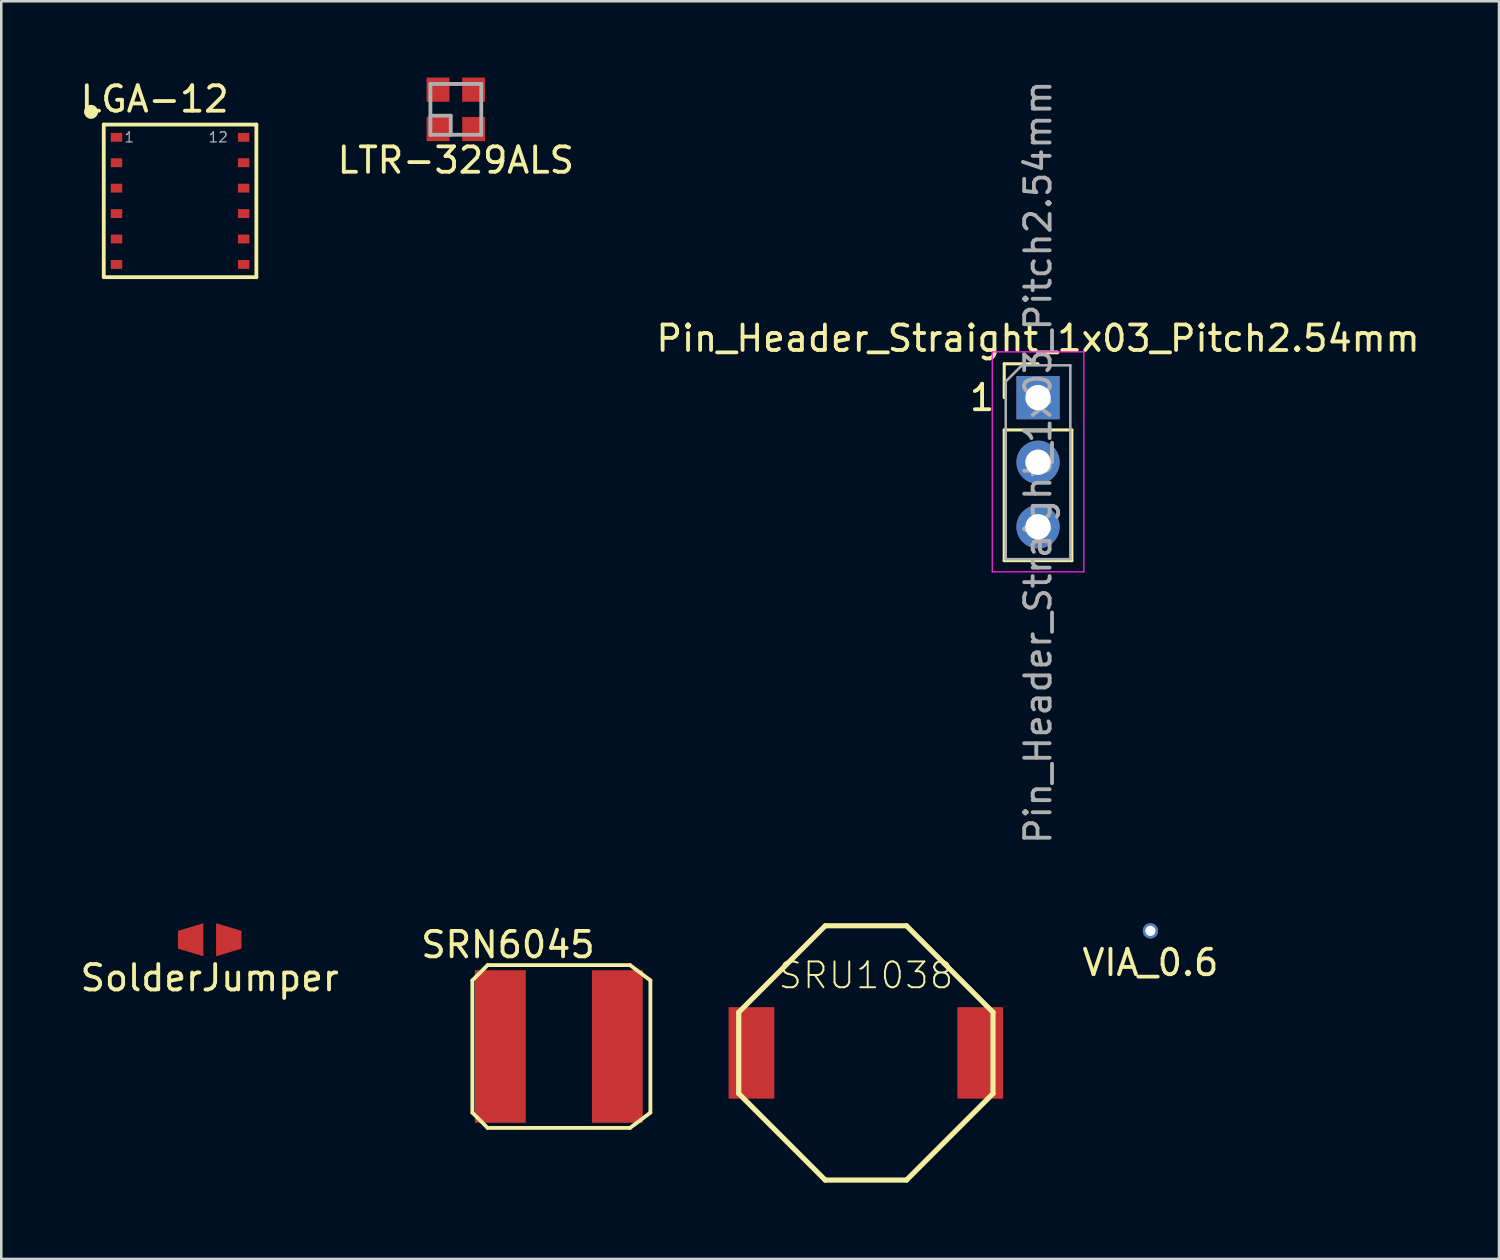
<source format=kicad_pcb>
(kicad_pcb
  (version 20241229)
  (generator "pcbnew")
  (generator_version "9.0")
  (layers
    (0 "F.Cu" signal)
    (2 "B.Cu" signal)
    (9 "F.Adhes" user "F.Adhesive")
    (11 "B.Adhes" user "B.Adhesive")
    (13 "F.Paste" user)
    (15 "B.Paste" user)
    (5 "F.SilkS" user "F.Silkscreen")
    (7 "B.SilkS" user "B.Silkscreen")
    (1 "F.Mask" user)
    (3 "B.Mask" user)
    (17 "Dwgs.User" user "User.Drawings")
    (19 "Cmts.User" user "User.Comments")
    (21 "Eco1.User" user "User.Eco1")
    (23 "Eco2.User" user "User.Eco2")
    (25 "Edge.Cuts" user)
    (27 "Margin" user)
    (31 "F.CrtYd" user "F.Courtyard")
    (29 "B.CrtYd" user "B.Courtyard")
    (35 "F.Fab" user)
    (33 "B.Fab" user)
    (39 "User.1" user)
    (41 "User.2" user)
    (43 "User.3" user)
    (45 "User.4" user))
  (footprint "LGA-12"
    (layer "F.Cu")
    (at 1.53 2.348)
    (property "Reference" "LGA-12" (at 1.5 -1.5 0) (layer "F.SilkS") (effects (font (size 1 1) (thickness 0.15))))
    (attr through_hole)
    (fp_line (start -0.5 -0.5) (end -0.5 5.5) (stroke (width 0.15) (type solid)) (layer "F.SilkS"))
    (fp_line (start -0.5 5.5) (end 5.5 5.5) (stroke (width 0.15) (type solid)) (layer "F.SilkS"))
    (fp_line (start 5.5 -0.5) (end -0.5 -0.5) (stroke (width 0.15) (type solid)) (layer "F.SilkS"))
    (fp_line (start 5.5 5.5) (end 5.5 -0.5) (stroke (width 0.15) (type solid)) (layer "F.SilkS"))
    (fp_circle (center -1 -1) (end -0.85 -1) (stroke (width 0.25) (type solid)) (fill no) (layer "F.SilkS"))
    (fp_text user "12" (at 4 0 0) (layer "F.Fab") (effects (font (size 0.4 0.4) (thickness 0.05))))
    (fp_text user "1" (at 0.5 0 0) (layer "F.Fab") (effects (font (size 0.4 0.4) (thickness 0.05))))
    (pad "1" smd rect (at 0 0) (size 0.45 0.35) (layers "F.Cu" "F.Mask" "F.Paste"))
    (pad "2" smd rect (at 0 1) (size 0.45 0.35) (layers "F.Cu" "F.Mask" "F.Paste"))
    (pad "3" smd rect (at 0 2) (size 0.45 0.35) (layers "F.Cu" "F.Mask" "F.Paste"))
    (pad "4" smd rect (at 0 3) (size 0.45 0.35) (layers "F.Cu" "F.Mask" "F.Paste"))
    (pad "5" smd rect (at 0 4) (size 0.45 0.35) (layers "F.Cu" "F.Mask" "F.Paste"))
    (pad "6" smd rect (at 0 5) (size 0.45 0.35) (layers "F.Cu" "F.Mask" "F.Paste"))
    (pad "7" smd rect (at 5 5) (size 0.45 0.35) (layers "F.Cu" "F.Mask" "F.Paste"))
    (pad "8" smd rect (at 5 4) (size 0.45 0.35) (layers "F.Cu" "F.Mask" "F.Paste"))
    (pad "9" smd rect (at 5 3) (size 0.45 0.35) (layers "F.Cu" "F.Mask" "F.Paste"))
    (pad "10" smd rect (at 5 2) (size 0.45 0.35) (layers "F.Cu" "F.Mask" "F.Paste"))
    (pad "11" smd rect (at 5 1) (size 0.45 0.35) (layers "F.Cu" "F.Mask" "F.Paste"))
    (pad "12" smd rect (at 5 0) (size 0.45 0.35) (layers "F.Cu" "F.Mask" "F.Paste")))
  (footprint "Pin_Header_Straight_1x03_Pitch2.54mm"
    (layer "F.Cu")
    (at 37.765 12.585)
    (property "Reference" "Pin_Header_Straight_1x03_Pitch2.54mm" (at 0 -2.33 0) (layer "F.SilkS") (effects (font (size 1 1) (thickness 0.15))))
    (attr through_hole)
    (fp_line (start -1.33 -1.33) (end 0 -1.33) (stroke (width 0.12) (type solid)) (layer "F.SilkS"))
    (fp_line (start -1.33 0) (end -1.33 -1.33) (stroke (width 0.12) (type solid)) (layer "F.SilkS"))
    (fp_line (start -1.33 1.27) (end -1.33 6.41) (stroke (width 0.12) (type solid)) (layer "F.SilkS"))
    (fp_line (start -1.33 1.27) (end 1.33 1.27) (stroke (width 0.12) (type solid)) (layer "F.SilkS"))
    (fp_line (start -1.33 6.41) (end 1.33 6.41) (stroke (width 0.12) (type solid)) (layer "F.SilkS"))
    (fp_line (start 1.33 1.27) (end 1.33 6.41) (stroke (width 0.12) (type solid)) (layer "F.SilkS"))
    (fp_line (start -1.8 -1.8) (end -1.8 6.85) (stroke (width 0.05) (type solid)) (layer "F.CrtYd"))
    (fp_line (start -1.8 6.85) (end 1.8 6.85) (stroke (width 0.05) (type solid)) (layer "F.CrtYd"))
    (fp_line (start 1.8 -1.8) (end -1.8 -1.8) (stroke (width 0.05) (type solid)) (layer "F.CrtYd"))
    (fp_line (start 1.8 6.85) (end 1.8 -1.8) (stroke (width 0.05) (type solid)) (layer "F.CrtYd"))
    (fp_line (start -1.27 -0.635) (end -0.635 -1.27) (stroke (width 0.1) (type solid)) (layer "F.Fab"))
    (fp_line (start -1.27 6.35) (end -1.27 -0.635) (stroke (width 0.1) (type solid)) (layer "F.Fab"))
    (fp_line (start -0.635 -1.27) (end 1.27 -1.27) (stroke (width 0.1) (type solid)) (layer "F.Fab"))
    (fp_line (start 1.27 -1.27) (end 1.27 6.35) (stroke (width 0.1) (type solid)) (layer "F.Fab"))
    (fp_line (start 1.27 6.35) (end -1.27 6.35) (stroke (width 0.1) (type solid)) (layer "F.Fab"))
    (fp_text user "1" (at -2.2 0 0) (layer "F.SilkS") (effects (font (size 1 1) (thickness 0.15))))
    (fp_text user "${REFERENCE}" (at 0 2.54 90) (layer "F.Fab") (effects (font (size 1 1) (thickness 0.15))))
    (pad "1" thru_hole rect (at 0 0) (size 1.7 1.7) (drill 1) (layers "*.Cu" "*.Mask"))
    (pad "2" thru_hole oval (at 0 2.54) (size 1.7 1.7) (drill 1) (layers "*.Cu" "*.Mask"))
    (pad "3" thru_hole oval (at 0 5.08) (size 1.7 1.7) (drill 1) (layers "*.Cu" "*.Mask")))
  (footprint "SolderJumper"
    (layer "F.Cu")
    (at 5.196 33.9)
    (property "Reference" "SolderJumper" (at 0 1.5 0) (layer "F.SilkS") (effects (font (size 1 1) (thickness 0.15))))
    (attr through_hole)
    (pad "1" smd trapezoid (at -0.75 0 90) (size 1 1) (rect_delta 0 0.3) (layers "F.Cu" "F.Mask" "F.Paste"))
    (pad "2" smd trapezoid (at 0.75 0 270) (size 1 1) (rect_delta 0 0.3) (layers "F.Cu" "F.Mask" "F.Paste")))
  (footprint "SRU1038"
    (layer "F.Cu")
    (at 30.995 38.35)
    (property "Reference" "SRU1038" (at 0 -3.048 0) (layer "F.SilkS") (effects (font (size 1.016 1.016) (thickness 0.076))))
    (attr smd)
    (fp_line (start -4.999 -1.598) (end -1.598 -4.999) (stroke (width 0.203) (type solid)) (layer "F.SilkS"))
    (fp_line (start -4.999 1.598) (end -4.999 -1.598) (stroke (width 0.203) (type solid)) (layer "F.SilkS"))
    (fp_line (start -1.598 -4.999) (end 1.598 -4.999) (stroke (width 0.203) (type solid)) (layer "F.SilkS"))
    (fp_line (start -1.598 4.999) (end -4.999 1.598) (stroke (width 0.203) (type solid)) (layer "F.SilkS"))
    (fp_line (start 1.598 -4.999) (end 4.999 -1.598) (stroke (width 0.203) (type solid)) (layer "F.SilkS"))
    (fp_line (start 1.598 4.999) (end -1.598 4.999) (stroke (width 0.203) (type solid)) (layer "F.SilkS"))
    (fp_line (start 4.999 -1.598) (end 4.999 1.598) (stroke (width 0.203) (type solid)) (layer "F.SilkS"))
    (fp_line (start 4.999 1.598) (end 1.598 4.999) (stroke (width 0.203) (type solid)) (layer "F.SilkS"))
    (pad "1" smd rect (at -4.498 0) (size 1.798 3.599) (layers "F.Cu" "F.Mask" "F.Paste"))
    (pad "2" smd rect (at 4.498 0) (size 1.798 3.599) (layers "F.Cu" "F.Mask" "F.Paste")))
  (footprint "LTR-329ALS"
    (layer "F.Cu")
    (at 14.873 1.25)
    (property "Reference" "LTR-329ALS" (at 0 2 0) (layer "F.SilkS") (effects (font (size 1 1) (thickness 0.15))))
    (attr smd)
    (fp_line (start -1 -1) (end 1 -1) (stroke (width 0.15) (type solid)) (layer "F.Fab"))
    (fp_line (start -1 0.25) (end -0.2 0.25) (stroke (width 0.15) (type solid)) (layer "F.Fab"))
    (fp_line (start -1 1) (end -1 -1) (stroke (width 0.15) (type solid)) (layer "F.Fab"))
    (fp_line (start -0.2 0.25) (end -0.2 1) (stroke (width 0.15) (type solid)) (layer "F.Fab"))
    (fp_line (start 1 -1) (end 1 1) (stroke (width 0.15) (type solid)) (layer "F.Fab"))
    (fp_line (start 1 1) (end -1 1) (stroke (width 0.15) (type solid)) (layer "F.Fab"))
    (pad "1" smd rect (at -0.7 0.775) (size 0.9 0.95) (layers "F.Cu" "F.Mask" "F.Paste"))
    (pad "2" smd rect (at 0.7 0.775) (size 0.9 0.95) (layers "F.Cu" "F.Mask" "F.Paste"))
    (pad "3" smd rect (at 0.7 -0.775) (size 0.9 0.95) (layers "F.Cu" "F.Mask" "F.Paste"))
    (pad "4" smd rect (at -0.7 -0.775) (size 0.9 0.95) (layers "F.Cu" "F.Mask" "F.Paste")))
  (footprint "VIA_0.6"
    (layer "F.Cu")
    (at 42.184 33.55)
    (property "Reference" "VIA_0.6" (at 0 1.25 0) (layer "F.SilkS") (effects (font (size 1 1) (thickness 0.15))))
    (attr through_hole)
    (pad "1" thru_hole circle (at 0 0) (size 0.6 0.6) (drill 0.4) (layers "*.Cu")))
  (footprint "SRN6045"
    (layer "F.Cu")
    (at 18.923 38.098)
    (property "Reference" "SRN6045" (at -2 -4 0) (layer "F.SilkS") (effects (font (size 1 1) (thickness 0.15))))
    (attr through_hole)
    (fp_line (start -3.4 -2.6) (end -3.4 2.6) (stroke (width 0.15) (type solid)) (layer "F.SilkS"))
    (fp_line (start -3.4 2.6) (end -2.8 3.2) (stroke (width 0.15) (type solid)) (layer "F.SilkS"))
    (fp_line (start -2.8 -3.2) (end -3.4 -2.6) (stroke (width 0.15) (type solid)) (layer "F.SilkS"))
    (fp_line (start -2.8 3.2) (end 2.8 3.2) (stroke (width 0.15) (type solid)) (layer "F.SilkS"))
    (fp_line (start 2.8 -3.2) (end -2.8 -3.2) (stroke (width 0.15) (type solid)) (layer "F.SilkS"))
    (fp_line (start 2.8 3.2) (end 3.6 2.6) (stroke (width 0.15) (type solid)) (layer "F.SilkS"))
    (fp_line (start 3.6 -2.6) (end 2.8 -3.2) (stroke (width 0.15) (type solid)) (layer "F.SilkS"))
    (fp_line (start 3.6 2.6) (end 3.6 -2.6) (stroke (width 0.15) (type solid)) (layer "F.SilkS"))
    (pad "1" smd rect (at -2.3 0) (size 2 6) (layers "F.Cu" "F.Mask" "F.Paste"))
    (pad "2" smd rect (at 2.3 0) (size 2 6) (layers "F.Cu" "F.Mask" "F.Paste")))
  (gr_rect
    (start -3 -3)
    (end 55.89 46.451)
    (stroke (width 0.1) (type default))
    (fill no)
    (layer "Edge.Cuts")))
</source>
